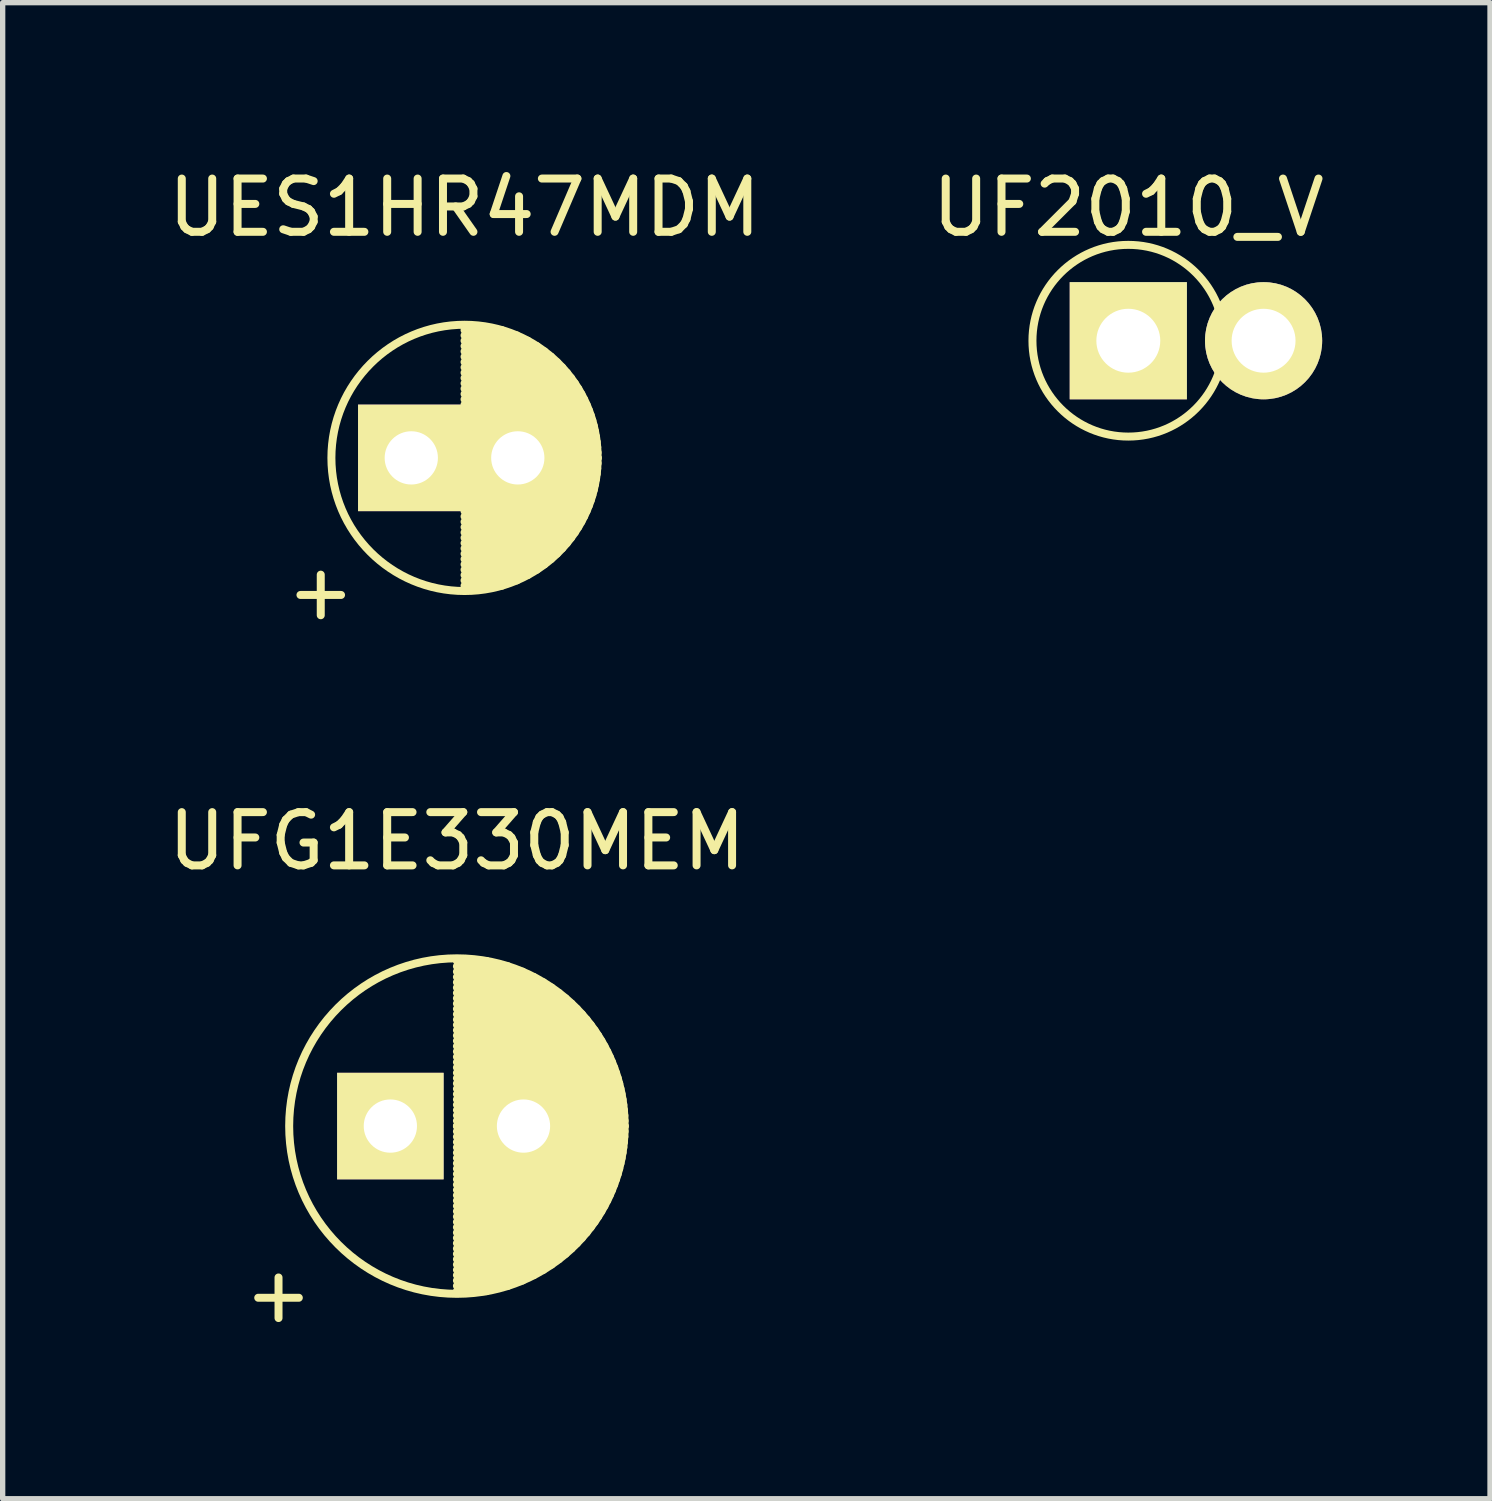
<source format=kicad_pcb>
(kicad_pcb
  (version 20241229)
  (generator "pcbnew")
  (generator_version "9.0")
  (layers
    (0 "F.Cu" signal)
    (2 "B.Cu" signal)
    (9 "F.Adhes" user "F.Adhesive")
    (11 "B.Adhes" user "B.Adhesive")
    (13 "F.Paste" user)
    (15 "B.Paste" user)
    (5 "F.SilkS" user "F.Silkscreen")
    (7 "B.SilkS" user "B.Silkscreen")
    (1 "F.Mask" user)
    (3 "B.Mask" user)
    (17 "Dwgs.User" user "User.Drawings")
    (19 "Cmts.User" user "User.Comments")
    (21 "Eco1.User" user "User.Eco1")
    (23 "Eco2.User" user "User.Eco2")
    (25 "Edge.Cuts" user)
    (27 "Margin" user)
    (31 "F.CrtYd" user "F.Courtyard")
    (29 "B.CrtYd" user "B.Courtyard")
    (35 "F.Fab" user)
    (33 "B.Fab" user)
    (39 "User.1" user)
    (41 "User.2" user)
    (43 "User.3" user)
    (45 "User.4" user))
  (footprint "UES1HR47MDM"
    (layer "F.Cu")
    (at 4.673 5.548)
    (property "Reference" "UES1HR47MDM" (at 1 -4.7 0) (layer "F.SilkS") (effects (font (size 1 1) (thickness 0.15))))
    (attr through_hole)
    (fp_line (start 1 -2.4) (end 1.7 -2.4) (stroke (width 0.15) (type solid)) (layer "F.SilkS"))
    (fp_line (start 1 -2.3) (end 1.98 -2.3) (stroke (width 0.15) (type solid)) (layer "F.SilkS"))
    (fp_line (start 1 -2.2) (end 2.187 -2.2) (stroke (width 0.15) (type solid)) (layer "F.SilkS"))
    (fp_line (start 1 -2.1) (end 2.356 -2.1) (stroke (width 0.15) (type solid)) (layer "F.SilkS"))
    (fp_line (start 1 -2) (end 2.5 -2) (stroke (width 0.15) (type solid)) (layer "F.SilkS"))
    (fp_line (start 1 -1.9) (end 2.625 -1.9) (stroke (width 0.15) (type solid)) (layer "F.SilkS"))
    (fp_line (start 1 -1.8) (end 2.735 -1.8) (stroke (width 0.15) (type solid)) (layer "F.SilkS"))
    (fp_line (start 1 -1.7) (end 2.833 -1.7) (stroke (width 0.15) (type solid)) (layer "F.SilkS"))
    (fp_line (start 1 -1.6) (end 2.921 -1.6) (stroke (width 0.15) (type solid)) (layer "F.SilkS"))
    (fp_line (start 1 -1.5) (end 3 -1.5) (stroke (width 0.15) (type solid)) (layer "F.SilkS"))
    (fp_line (start 1 -1.4) (end 3.071 -1.4) (stroke (width 0.15) (type solid)) (layer "F.SilkS"))
    (fp_line (start 1 -1.3) (end 3.135 -1.3) (stroke (width 0.15) (type solid)) (layer "F.SilkS"))
    (fp_line (start 1 -1.2) (end 3.193 -1.2) (stroke (width 0.15) (type solid)) (layer "F.SilkS"))
    (fp_line (start 1 -1.1) (end 3.245 -1.1) (stroke (width 0.15) (type solid)) (layer "F.SilkS"))
    (fp_line (start 1 -1) (end 3.291 -1) (stroke (width 0.15) (type solid)) (layer "F.SilkS"))
    (fp_line (start 1 -0.9) (end 3.332 -0.9) (stroke (width 0.15) (type solid)) (layer "F.SilkS"))
    (fp_line (start 1 -0.8) (end 3.369 -0.8) (stroke (width 0.15) (type solid)) (layer "F.SilkS"))
    (fp_line (start 1 -0.7) (end 3.4 -0.7) (stroke (width 0.15) (type solid)) (layer "F.SilkS"))
    (fp_line (start 1 -0.6) (end 3.427 -0.6) (stroke (width 0.15) (type solid)) (layer "F.SilkS"))
    (fp_line (start 1 -0.5) (end 3.449 -0.5) (stroke (width 0.15) (type solid)) (layer "F.SilkS"))
    (fp_line (start 1 -0.4) (end 3.468 -0.4) (stroke (width 0.15) (type solid)) (layer "F.SilkS"))
    (fp_line (start 1 -0.3) (end 3.482 -0.3) (stroke (width 0.15) (type solid)) (layer "F.SilkS"))
    (fp_line (start 1 -0.2) (end 3.492 -0.2) (stroke (width 0.15) (type solid)) (layer "F.SilkS"))
    (fp_line (start 1 -0.1) (end 3.498 -0.1) (stroke (width 0.15) (type solid)) (layer "F.SilkS"))
    (fp_line (start 1 0) (end 3.5 0) (stroke (width 0.15) (type solid)) (layer "F.SilkS"))
    (fp_line (start 1 0) (end 3.5 0) (stroke (width 0.15) (type solid)) (layer "F.SilkS"))
    (fp_line (start 1 0.1) (end 3.498 0.1) (stroke (width 0.15) (type solid)) (layer "F.SilkS"))
    (fp_line (start 1 0.2) (end 3.492 0.2) (stroke (width 0.15) (type solid)) (layer "F.SilkS"))
    (fp_line (start 1 0.3) (end 3.482 0.3) (stroke (width 0.15) (type solid)) (layer "F.SilkS"))
    (fp_line (start 1 0.4) (end 3.468 0.4) (stroke (width 0.15) (type solid)) (layer "F.SilkS"))
    (fp_line (start 1 0.5) (end 3.449 0.5) (stroke (width 0.15) (type solid)) (layer "F.SilkS"))
    (fp_line (start 1 0.6) (end 3.427 0.6) (stroke (width 0.15) (type solid)) (layer "F.SilkS"))
    (fp_line (start 1 0.7) (end 3.4 0.7) (stroke (width 0.15) (type solid)) (layer "F.SilkS"))
    (fp_line (start 1 0.8) (end 3.369 0.8) (stroke (width 0.15) (type solid)) (layer "F.SilkS"))
    (fp_line (start 1 0.9) (end 3.332 0.9) (stroke (width 0.15) (type solid)) (layer "F.SilkS"))
    (fp_line (start 1 1) (end 3.291 1) (stroke (width 0.15) (type solid)) (layer "F.SilkS"))
    (fp_line (start 1 1.1) (end 3.245 1.1) (stroke (width 0.15) (type solid)) (layer "F.SilkS"))
    (fp_line (start 1 1.2) (end 3.193 1.2) (stroke (width 0.15) (type solid)) (layer "F.SilkS"))
    (fp_line (start 1 1.3) (end 3.135 1.3) (stroke (width 0.15) (type solid)) (layer "F.SilkS"))
    (fp_line (start 1 1.4) (end 3.071 1.4) (stroke (width 0.15) (type solid)) (layer "F.SilkS"))
    (fp_line (start 1 1.5) (end 3 1.5) (stroke (width 0.15) (type solid)) (layer "F.SilkS"))
    (fp_line (start 1 1.6) (end 2.921 1.6) (stroke (width 0.15) (type solid)) (layer "F.SilkS"))
    (fp_line (start 1 1.7) (end 2.833 1.7) (stroke (width 0.15) (type solid)) (layer "F.SilkS"))
    (fp_line (start 1 1.8) (end 2.735 1.8) (stroke (width 0.15) (type solid)) (layer "F.SilkS"))
    (fp_line (start 1 1.9) (end 2.625 1.9) (stroke (width 0.15) (type solid)) (layer "F.SilkS"))
    (fp_line (start 1 2) (end 2.5 2) (stroke (width 0.15) (type solid)) (layer "F.SilkS"))
    (fp_line (start 1 2.1) (end 2.356 2.1) (stroke (width 0.15) (type solid)) (layer "F.SilkS"))
    (fp_line (start 1 2.2) (end 2.187 2.2) (stroke (width 0.15) (type solid)) (layer "F.SilkS"))
    (fp_line (start 1 2.3) (end 1.98 2.3) (stroke (width 0.15) (type solid)) (layer "F.SilkS"))
    (fp_line (start 1 2.4) (end 1.7 2.4) (stroke (width 0.15) (type solid)) (layer "F.SilkS"))
    (fp_circle (center 1 0) (end 1 -2.5) (stroke (width 0.15) (type solid)) (fill no) (layer "F.SilkS"))
    (fp_text user "+" (at -1.7 2.5 0) (layer "F.SilkS") (effects (font (size 1 1) (thickness 0.15))))
    (pad "1" thru_hole rect (at 0 0) (size 2 2) (drill 1) (layers "*.Cu" "*.Mask" "F.SilkS"))
    (pad "2" thru_hole circle (at 2 0) (size 2 2) (drill 1) (layers "*.Cu" "*.Mask" "F.SilkS")))
  (footprint "UFG1E330MEM"
    (layer "F.Cu")
    (at 4.28 18.095)
    (property "Reference" "UFG1E330MEM" (at 1.25 -5.35 0) (layer "F.SilkS") (effects (font (size 1 1) (thickness 0.15))))
    (attr through_hole)
    (fp_line (start 1.25 -3.1) (end 1.809 -3.1) (stroke (width 0.15) (type solid)) (layer "F.SilkS"))
    (fp_line (start 1.25 -3) (end 2.21 -3) (stroke (width 0.15) (type solid)) (layer "F.SilkS"))
    (fp_line (start 1.25 -2.9) (end 2.48 -2.9) (stroke (width 0.15) (type solid)) (layer "F.SilkS"))
    (fp_line (start 1.25 -2.8) (end 2.693 -2.8) (stroke (width 0.15) (type solid)) (layer "F.SilkS"))
    (fp_line (start 1.25 -2.7) (end 2.872 -2.7) (stroke (width 0.15) (type solid)) (layer "F.SilkS"))
    (fp_line (start 1.25 -2.6) (end 3.028 -2.6) (stroke (width 0.15) (type solid)) (layer "F.SilkS"))
    (fp_line (start 1.25 -2.5) (end 3.166 -2.5) (stroke (width 0.15) (type solid)) (layer "F.SilkS"))
    (fp_line (start 1.25 -2.4) (end 3.29 -2.4) (stroke (width 0.15) (type solid)) (layer "F.SilkS"))
    (fp_line (start 1.25 -2.3) (end 3.402 -2.3) (stroke (width 0.15) (type solid)) (layer "F.SilkS"))
    (fp_line (start 1.25 -2.2) (end 3.504 -2.2) (stroke (width 0.15) (type solid)) (layer "F.SilkS"))
    (fp_line (start 1.25 -2.1) (end 3.598 -2.1) (stroke (width 0.15) (type solid)) (layer "F.SilkS"))
    (fp_line (start 1.25 -2) (end 3.684 -2) (stroke (width 0.15) (type solid)) (layer "F.SilkS"))
    (fp_line (start 1.25 -1.9) (end 3.762 -1.9) (stroke (width 0.15) (type solid)) (layer "F.SilkS"))
    (fp_line (start 1.25 -1.8) (end 3.835 -1.8) (stroke (width 0.15) (type solid)) (layer "F.SilkS"))
    (fp_line (start 1.25 -1.7) (end 3.902 -1.7) (stroke (width 0.15) (type solid)) (layer "F.SilkS"))
    (fp_line (start 1.25 -1.6) (end 3.963 -1.6) (stroke (width 0.15) (type solid)) (layer "F.SilkS"))
    (fp_line (start 1.25 -1.5) (end 4.02 -1.5) (stroke (width 0.15) (type solid)) (layer "F.SilkS"))
    (fp_line (start 1.25 -1.4) (end 4.072 -1.4) (stroke (width 0.15) (type solid)) (layer "F.SilkS"))
    (fp_line (start 1.25 -1.3) (end 4.119 -1.3) (stroke (width 0.15) (type solid)) (layer "F.SilkS"))
    (fp_line (start 1.25 -1.2) (end 4.162 -1.2) (stroke (width 0.15) (type solid)) (layer "F.SilkS"))
    (fp_line (start 1.25 -1.1) (end 4.202 -1.1) (stroke (width 0.15) (type solid)) (layer "F.SilkS"))
    (fp_line (start 1.25 -1) (end 4.237 -1) (stroke (width 0.15) (type solid)) (layer "F.SilkS"))
    (fp_line (start 1.25 -0.9) (end 4.269 -0.9) (stroke (width 0.15) (type solid)) (layer "F.SilkS"))
    (fp_line (start 1.25 -0.8) (end 4.297 -0.8) (stroke (width 0.15) (type solid)) (layer "F.SilkS"))
    (fp_line (start 1.25 -0.7) (end 4.321 -0.7) (stroke (width 0.15) (type solid)) (layer "F.SilkS"))
    (fp_line (start 1.25 -0.6) (end 4.342 -0.6) (stroke (width 0.15) (type solid)) (layer "F.SilkS"))
    (fp_line (start 1.25 -0.5) (end 4.36 -0.5) (stroke (width 0.15) (type solid)) (layer "F.SilkS"))
    (fp_line (start 1.25 -0.4) (end 4.375 -0.4) (stroke (width 0.15) (type solid)) (layer "F.SilkS"))
    (fp_line (start 1.25 -0.3) (end 4.386 -0.3) (stroke (width 0.15) (type solid)) (layer "F.SilkS"))
    (fp_line (start 1.25 -0.2) (end 4.394 -0.2) (stroke (width 0.15) (type solid)) (layer "F.SilkS"))
    (fp_line (start 1.25 -0.1) (end 4.398 -0.1) (stroke (width 0.15) (type solid)) (layer "F.SilkS"))
    (fp_line (start 1.25 0) (end 4.4 0) (stroke (width 0.15) (type solid)) (layer "F.SilkS"))
    (fp_line (start 1.25 0) (end 4.4 0) (stroke (width 0.15) (type solid)) (layer "F.SilkS"))
    (fp_line (start 1.25 0.1) (end 4.398 0.1) (stroke (width 0.15) (type solid)) (layer "F.SilkS"))
    (fp_line (start 1.25 0.2) (end 4.394 0.2) (stroke (width 0.15) (type solid)) (layer "F.SilkS"))
    (fp_line (start 1.25 0.3) (end 4.386 0.3) (stroke (width 0.15) (type solid)) (layer "F.SilkS"))
    (fp_line (start 1.25 0.4) (end 4.375 0.4) (stroke (width 0.15) (type solid)) (layer "F.SilkS"))
    (fp_line (start 1.25 0.5) (end 4.36 0.5) (stroke (width 0.15) (type solid)) (layer "F.SilkS"))
    (fp_line (start 1.25 0.6) (end 4.342 0.6) (stroke (width 0.15) (type solid)) (layer "F.SilkS"))
    (fp_line (start 1.25 0.7) (end 4.321 0.7) (stroke (width 0.15) (type solid)) (layer "F.SilkS"))
    (fp_line (start 1.25 0.8) (end 4.297 0.8) (stroke (width 0.15) (type solid)) (layer "F.SilkS"))
    (fp_line (start 1.25 0.9) (end 4.269 0.9) (stroke (width 0.15) (type solid)) (layer "F.SilkS"))
    (fp_line (start 1.25 1) (end 4.237 1) (stroke (width 0.15) (type solid)) (layer "F.SilkS"))
    (fp_line (start 1.25 1.1) (end 4.202 1.1) (stroke (width 0.15) (type solid)) (layer "F.SilkS"))
    (fp_line (start 1.25 1.2) (end 4.162 1.2) (stroke (width 0.15) (type solid)) (layer "F.SilkS"))
    (fp_line (start 1.25 1.3) (end 4.119 1.3) (stroke (width 0.15) (type solid)) (layer "F.SilkS"))
    (fp_line (start 1.25 1.4) (end 4.072 1.4) (stroke (width 0.15) (type solid)) (layer "F.SilkS"))
    (fp_line (start 1.25 1.5) (end 4.02 1.5) (stroke (width 0.15) (type solid)) (layer "F.SilkS"))
    (fp_line (start 1.25 1.6) (end 3.963 1.6) (stroke (width 0.15) (type solid)) (layer "F.SilkS"))
    (fp_line (start 1.25 1.7) (end 3.902 1.7) (stroke (width 0.15) (type solid)) (layer "F.SilkS"))
    (fp_line (start 1.25 1.8) (end 3.835 1.8) (stroke (width 0.15) (type solid)) (layer "F.SilkS"))
    (fp_line (start 1.25 1.9) (end 3.762 1.9) (stroke (width 0.15) (type solid)) (layer "F.SilkS"))
    (fp_line (start 1.25 2) (end 3.684 2) (stroke (width 0.15) (type solid)) (layer "F.SilkS"))
    (fp_line (start 1.25 2.1) (end 3.598 2.1) (stroke (width 0.15) (type solid)) (layer "F.SilkS"))
    (fp_line (start 1.25 2.2) (end 3.504 2.2) (stroke (width 0.15) (type solid)) (layer "F.SilkS"))
    (fp_line (start 1.25 2.3) (end 3.402 2.3) (stroke (width 0.15) (type solid)) (layer "F.SilkS"))
    (fp_line (start 1.25 2.4) (end 3.29 2.4) (stroke (width 0.15) (type solid)) (layer "F.SilkS"))
    (fp_line (start 1.25 2.5) (end 3.166 2.5) (stroke (width 0.15) (type solid)) (layer "F.SilkS"))
    (fp_line (start 1.25 2.6) (end 3.028 2.6) (stroke (width 0.15) (type solid)) (layer "F.SilkS"))
    (fp_line (start 1.25 2.7) (end 2.872 2.7) (stroke (width 0.15) (type solid)) (layer "F.SilkS"))
    (fp_line (start 1.25 2.8) (end 2.693 2.8) (stroke (width 0.15) (type solid)) (layer "F.SilkS"))
    (fp_line (start 1.25 2.9) (end 2.48 2.9) (stroke (width 0.15) (type solid)) (layer "F.SilkS"))
    (fp_line (start 1.25 3) (end 2.21 3) (stroke (width 0.15) (type solid)) (layer "F.SilkS"))
    (fp_line (start 1.25 3.1) (end 1.809 3.1) (stroke (width 0.15) (type solid)) (layer "F.SilkS"))
    (fp_circle (center 1.25 0) (end 1.25 -3.15) (stroke (width 0.15) (type solid)) (fill no) (layer "F.SilkS"))
    (fp_text user "+" (at -2.1 3.15 0) (layer "F.SilkS") (effects (font (size 1 1) (thickness 0.15))))
    (pad "1" thru_hole rect (at 0 0) (size 2 2) (drill 1) (layers "*.Cu" "*.Mask" "F.SilkS"))
    (pad "2" thru_hole circle (at 2.5 0) (size 2 2) (drill 1) (layers "*.Cu" "*.Mask" "F.SilkS")))
  (footprint "UF2010_V"
    (layer "F.Cu")
    (at 18.137 3.348)
    (property "Reference" "UF2010_V" (at 0 -2.5 0) (layer "F.SilkS") (effects (font (size 1 1) (thickness 0.15))))
    (attr through_hole)
    (fp_circle (center 0 0) (end 0 -1.8) (stroke (width 0.15) (type solid)) (fill no) (layer "F.SilkS"))
    (pad "1" thru_hole rect (at 0 0) (size 2.2 2.2) (drill 1.2) (layers "*.Cu" "*.Mask" "F.SilkS"))
    (pad "2" thru_hole circle (at 2.54 0) (size 2.2 2.2) (drill 1.2) (layers "*.Cu" "*.Mask" "F.SilkS")))
  (gr_rect
    (start -3 -3)
    (end 24.929 25.093)
    (stroke (width 0.1) (type default))
    (fill no)
    (layer "Edge.Cuts")))
</source>
